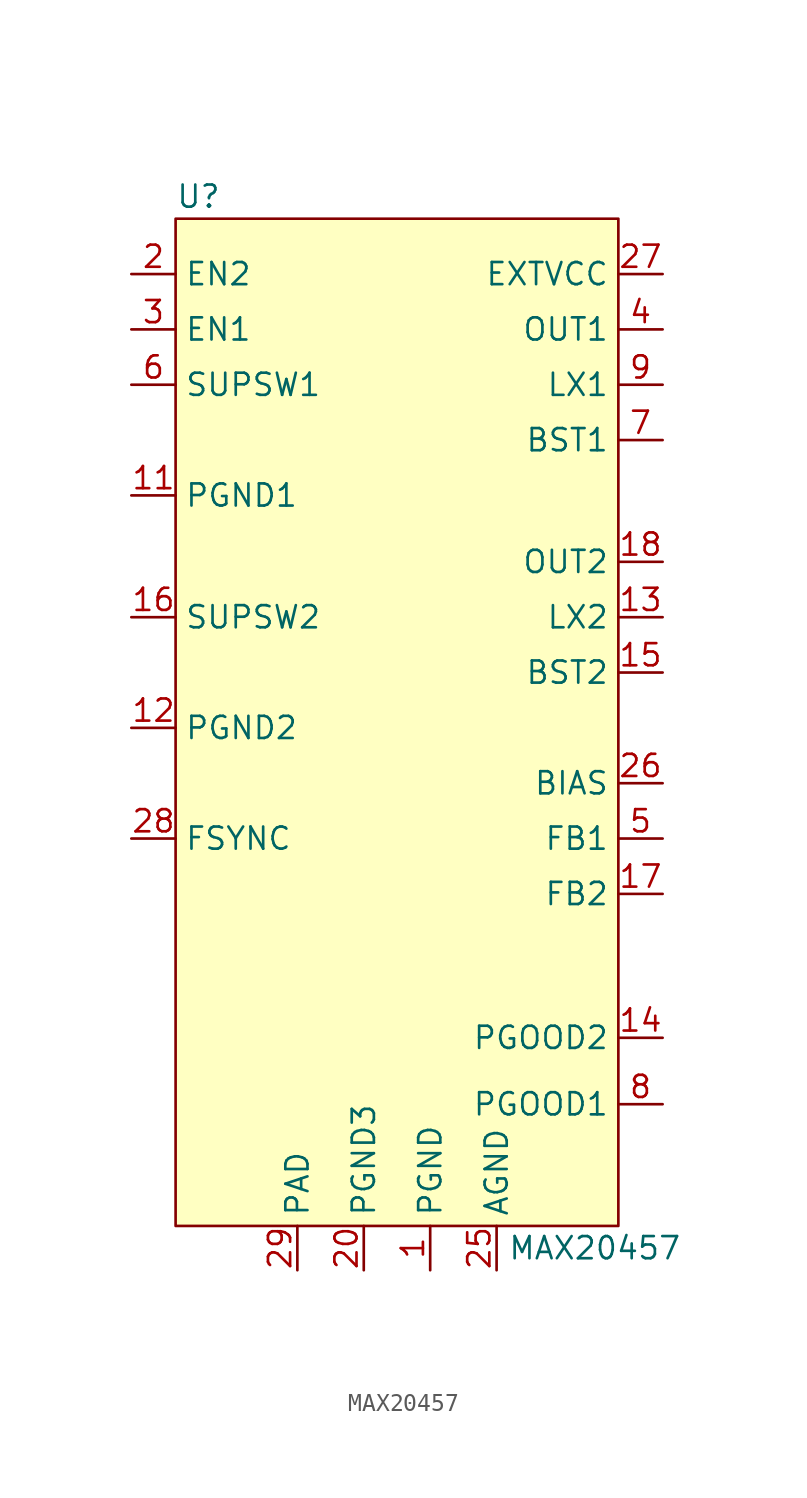
<source format=kicad_sym>
(kicad_symbol_lib
  (version 20211014)
  (generator kicad_symbol_editor)
  (symbol "MAX20457"
    (property "Reference" "U"
      (at -12.7 27.305 0)
      (effects (font (size 1.27 1.27)) (justify left)))
    (property "Value" "MAX20457"
      (at 6.35 -33.02 0)
      (effects (font (size 1.27 1.27)) (justify left)))
    (symbol "MAX20457_0_1"
      (rectangle (start -12.7 26.035) (end 12.7 -31.75) (stroke (width 0) (type default) (color 0 0 0 0)) (fill (type background))))
    (symbol "MAX20457_1_1"
      (pin power_in line (at 1.905 -34.29 90) (length 2.54) (name "PGND" (effects (font (size 1.27 1.27)))) (number "1" (effects (font (size 1.27 1.27)))))
      (pin passive line (at 15.24 16.51 180) (length 2.54) hide (name "LX1" (effects (font (size 1.27 1.27)))) (number "10" (effects (font (size 1.27 1.27)))))
      (pin power_in line (at -15.24 10.16 0) (length 2.54) (name "PGND1" (effects (font (size 1.27 1.27)))) (number "11" (effects (font (size 1.27 1.27)))))
      (pin power_out line (at -15.24 -3.175 0) (length 2.54) (name "PGND2" (effects (font (size 1.27 1.27)))) (number "12" (effects (font (size 1.27 1.27)))))
      (pin output line (at 15.24 3.175 180) (length 2.54) (name "LX2" (effects (font (size 1.27 1.27)))) (number "13" (effects (font (size 1.27 1.27)))))
      (pin open_collector line (at 15.24 -20.955 180) (length 2.54) (name "PGOOD2" (effects (font (size 1.27 1.27)))) (number "14" (effects (font (size 1.27 1.27)))))
      (pin output line (at 15.24 0 180) (length 2.54) (name "BST2" (effects (font (size 1.27 1.27)))) (number "15" (effects (font (size 1.27 1.27)))))
      (pin power_out line (at -15.24 3.175 0) (length 2.54) (name "SUPSW2" (effects (font (size 1.27 1.27)))) (number "16" (effects (font (size 1.27 1.27)))))
      (pin input line (at 15.24 -12.7 180) (length 2.54) (name "FB2" (effects (font (size 1.27 1.27)))) (number "17" (effects (font (size 1.27 1.27)))))
      (pin input line (at 15.24 6.35 180) (length 2.54) (name "OUT2" (effects (font (size 1.27 1.27)))) (number "18" (effects (font (size 1.27 1.27)))))
      (pin power_in line (at 1.905 -34.29 90) (length 2.54) hide (name "PGND" (effects (font (size 1.27 1.27)))) (number "19" (effects (font (size 1.27 1.27)))))
      (pin input line (at -15.24 22.86 0) (length 2.54) (name "EN2" (effects (font (size 1.27 1.27)))) (number "2" (effects (font (size 1.27 1.27)))))
      (pin power_in line (at -1.905 -34.29 90) (length 2.54) (name "PGND3" (effects (font (size 1.27 1.27)))) (number "20" (effects (font (size 1.27 1.27)))))
      (pin no_connect line (at -15.24 -19.05 0) (length 2.54) hide (name "NC" (effects (font (size 1.27 1.27)))) (number "21" (effects (font (size 1.27 1.27)))))
      (pin no_connect line (at -15.24 -14.605 0) (length 2.54) hide (name "NC" (effects (font (size 1.27 1.27)))) (number "22" (effects (font (size 1.27 1.27)))))
      (pin power_in line (at 1.905 -34.29 90) (length 2.54) hide (name "PGND" (effects (font (size 1.27 1.27)))) (number "23" (effects (font (size 1.27 1.27)))))
      (pin power_in line (at 1.905 -34.29 90) (length 2.54) hide (name "PGND" (effects (font (size 1.27 1.27)))) (number "24" (effects (font (size 1.27 1.27)))))
      (pin power_in line (at 5.715 -34.29 90) (length 2.54) (name "AGND" (effects (font (size 1.27 1.27)))) (number "25" (effects (font (size 1.27 1.27)))))
      (pin power_out line (at 15.24 -6.35 180) (length 2.54) (name "BIAS" (effects (font (size 1.27 1.27)))) (number "26" (effects (font (size 1.27 1.27)))))
      (pin power_out line (at 15.24 22.86 180) (length 2.54) (name "EXTVCC" (effects (font (size 1.27 1.27)))) (number "27" (effects (font (size 1.27 1.27)))))
      (pin input line (at -15.24 -9.525 0) (length 2.54) (name "FSYNC" (effects (font (size 1.27 1.27)))) (number "28" (effects (font (size 1.27 1.27)))))
      (pin power_in line (at -5.715 -34.29 90) (length 2.54) (name "PAD" (effects (font (size 1.27 1.27)))) (number "29" (effects (font (size 1.27 1.27)))))
      (pin input line (at -15.24 19.685 0) (length 2.54) (name "EN1" (effects (font (size 1.27 1.27)))) (number "3" (effects (font (size 1.27 1.27)))))
      (pin input line (at 15.24 19.685 180) (length 2.54) (name "OUT1" (effects (font (size 1.27 1.27)))) (number "4" (effects (font (size 1.27 1.27)))))
      (pin input line (at 15.24 -9.525 180) (length 2.54) (name "FB1" (effects (font (size 1.27 1.27)))) (number "5" (effects (font (size 1.27 1.27)))))
      (pin power_in line (at -15.24 16.51 0) (length 2.54) (name "SUPSW1" (effects (font (size 1.27 1.27)))) (number "6" (effects (font (size 1.27 1.27)))))
      (pin output line (at 15.24 13.335 180) (length 2.54) (name "BST1" (effects (font (size 1.27 1.27)))) (number "7" (effects (font (size 1.27 1.27)))))
      (pin open_collector line (at 15.24 -24.765 180) (length 2.54) (name "PGOOD1" (effects (font (size 1.27 1.27)))) (number "8" (effects (font (size 1.27 1.27)))))
      (pin passive line (at 15.24 16.51 180) (length 2.54) (name "LX1" (effects (font (size 1.27 1.27)))) (number "9" (effects (font (size 1.27 1.27))))))))
</source>
